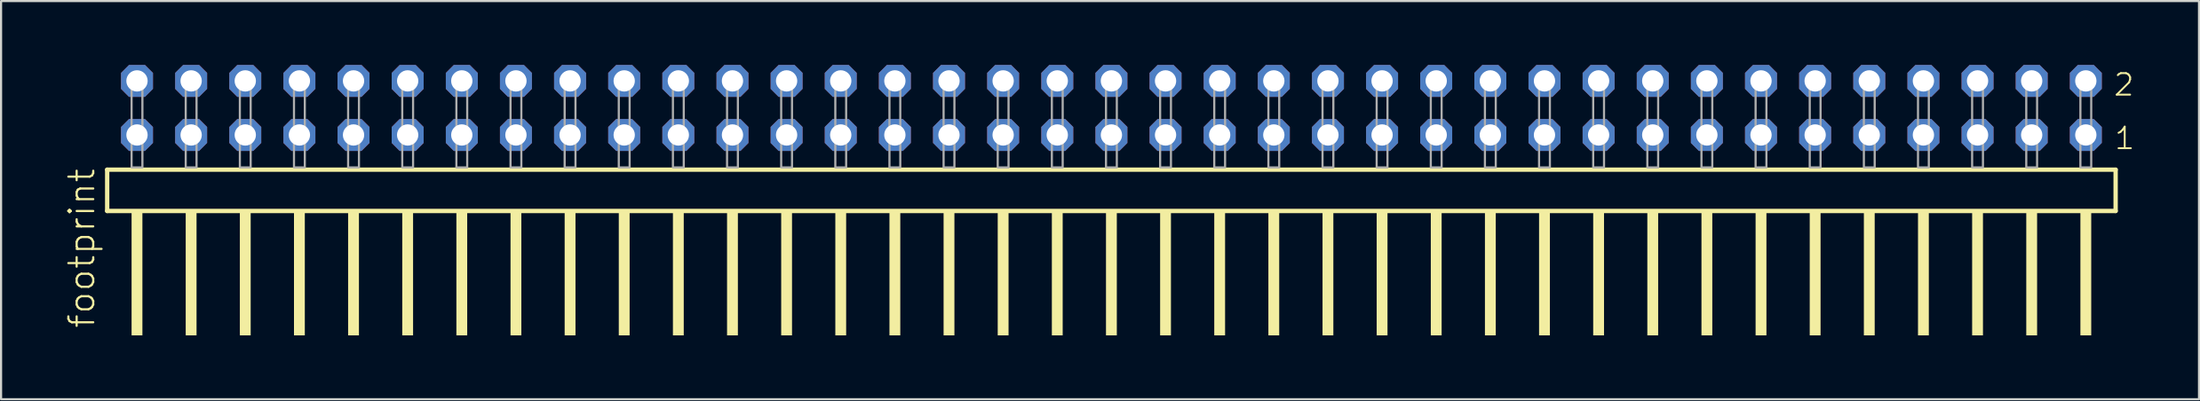
<source format=kicad_pcb>
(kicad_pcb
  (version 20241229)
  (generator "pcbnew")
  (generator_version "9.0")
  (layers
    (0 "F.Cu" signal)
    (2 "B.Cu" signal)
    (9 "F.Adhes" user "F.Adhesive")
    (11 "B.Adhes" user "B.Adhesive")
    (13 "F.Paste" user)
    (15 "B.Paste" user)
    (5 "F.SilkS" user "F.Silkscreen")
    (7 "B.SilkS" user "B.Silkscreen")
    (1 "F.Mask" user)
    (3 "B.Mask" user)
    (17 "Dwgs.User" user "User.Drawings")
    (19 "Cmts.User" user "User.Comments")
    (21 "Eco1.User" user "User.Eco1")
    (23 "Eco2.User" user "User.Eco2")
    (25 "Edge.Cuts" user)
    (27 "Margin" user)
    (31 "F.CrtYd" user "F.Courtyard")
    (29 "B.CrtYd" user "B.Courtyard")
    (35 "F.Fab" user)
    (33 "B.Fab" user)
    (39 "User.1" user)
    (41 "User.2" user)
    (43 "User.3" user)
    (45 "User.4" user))
  (footprint "footprint"
    (layer "F.Cu")
    (at 49.098 4.814)
    (property "Reference" "footprint" (at -47.625 7.62 90) (layer "F.SilkS") (effects (font (size 1.168 1.168) (thickness 0.102)) (justify left bottom)))
    (fp_line (start -47.119 0.106) (end -47.119 2.046) (stroke (width 0.203) (type solid)) (layer "F.SilkS"))
    (fp_line (start -47.119 2.046) (end 47.119 2.046) (stroke (width 0.203) (type solid)) (layer "F.SilkS"))
    (fp_line (start 47.119 0.106) (end -47.119 0.106) (stroke (width 0.203) (type solid)) (layer "F.SilkS"))
    (fp_line (start 47.119 2.046) (end 47.119 0.106) (stroke (width 0.203) (type solid)) (layer "F.SilkS"))
    (fp_poly (pts (xy -45.974 7.89) (xy -45.466 7.89) (xy -45.466 2.04) (xy -45.974 2.04)) (stroke (width 0) (type solid)) (fill yes) (layer "F.SilkS"))
    (fp_poly (pts (xy -43.434 7.89) (xy -42.926 7.89) (xy -42.926 2.04) (xy -43.434 2.04)) (stroke (width 0) (type solid)) (fill yes) (layer "F.SilkS"))
    (fp_poly (pts (xy -40.894 7.89) (xy -40.386 7.89) (xy -40.386 2.04) (xy -40.894 2.04)) (stroke (width 0) (type solid)) (fill yes) (layer "F.SilkS"))
    (fp_poly (pts (xy -38.354 7.89) (xy -37.846 7.89) (xy -37.846 2.04) (xy -38.354 2.04)) (stroke (width 0) (type solid)) (fill yes) (layer "F.SilkS"))
    (fp_poly (pts (xy -35.814 7.89) (xy -35.306 7.89) (xy -35.306 2.04) (xy -35.814 2.04)) (stroke (width 0) (type solid)) (fill yes) (layer "F.SilkS"))
    (fp_poly (pts (xy -33.274 7.89) (xy -32.766 7.89) (xy -32.766 2.04) (xy -33.274 2.04)) (stroke (width 0) (type solid)) (fill yes) (layer "F.SilkS"))
    (fp_poly (pts (xy -30.734 7.89) (xy -30.226 7.89) (xy -30.226 2.04) (xy -30.734 2.04)) (stroke (width 0) (type solid)) (fill yes) (layer "F.SilkS"))
    (fp_poly (pts (xy -28.194 7.89) (xy -27.686 7.89) (xy -27.686 2.04) (xy -28.194 2.04)) (stroke (width 0) (type solid)) (fill yes) (layer "F.SilkS"))
    (fp_poly (pts (xy -25.654 7.89) (xy -25.146 7.89) (xy -25.146 2.04) (xy -25.654 2.04)) (stroke (width 0) (type solid)) (fill yes) (layer "F.SilkS"))
    (fp_poly (pts (xy -23.114 7.89) (xy -22.606 7.89) (xy -22.606 2.04) (xy -23.114 2.04)) (stroke (width 0) (type solid)) (fill yes) (layer "F.SilkS"))
    (fp_poly (pts (xy -20.574 7.89) (xy -20.066 7.89) (xy -20.066 2.04) (xy -20.574 2.04)) (stroke (width 0) (type solid)) (fill yes) (layer "F.SilkS"))
    (fp_poly (pts (xy -18.034 7.89) (xy -17.526 7.89) (xy -17.526 2.04) (xy -18.034 2.04)) (stroke (width 0) (type solid)) (fill yes) (layer "F.SilkS"))
    (fp_poly (pts (xy -15.494 7.89) (xy -14.986 7.89) (xy -14.986 2.04) (xy -15.494 2.04)) (stroke (width 0) (type solid)) (fill yes) (layer "F.SilkS"))
    (fp_poly (pts (xy -12.954 7.89) (xy -12.446 7.89) (xy -12.446 2.04) (xy -12.954 2.04)) (stroke (width 0) (type solid)) (fill yes) (layer "F.SilkS"))
    (fp_poly (pts (xy -10.414 7.89) (xy -9.906 7.89) (xy -9.906 2.04) (xy -10.414 2.04)) (stroke (width 0) (type solid)) (fill yes) (layer "F.SilkS"))
    (fp_poly (pts (xy -7.874 7.89) (xy -7.366 7.89) (xy -7.366 2.04) (xy -7.874 2.04)) (stroke (width 0) (type solid)) (fill yes) (layer "F.SilkS"))
    (fp_poly (pts (xy -5.334 7.89) (xy -4.826 7.89) (xy -4.826 2.04) (xy -5.334 2.04)) (stroke (width 0) (type solid)) (fill yes) (layer "F.SilkS"))
    (fp_poly (pts (xy -2.794 7.89) (xy -2.286 7.89) (xy -2.286 2.04) (xy -2.794 2.04)) (stroke (width 0) (type solid)) (fill yes) (layer "F.SilkS"))
    (fp_poly (pts (xy -0.254 7.89) (xy 0.254 7.89) (xy 0.254 2.04) (xy -0.254 2.04)) (stroke (width 0) (type solid)) (fill yes) (layer "F.SilkS"))
    (fp_poly (pts (xy 2.286 7.89) (xy 2.794 7.89) (xy 2.794 2.04) (xy 2.286 2.04)) (stroke (width 0) (type solid)) (fill yes) (layer "F.SilkS"))
    (fp_poly (pts (xy 4.826 7.89) (xy 5.334 7.89) (xy 5.334 2.04) (xy 4.826 2.04)) (stroke (width 0) (type solid)) (fill yes) (layer "F.SilkS"))
    (fp_poly (pts (xy 7.366 7.89) (xy 7.874 7.89) (xy 7.874 2.04) (xy 7.366 2.04)) (stroke (width 0) (type solid)) (fill yes) (layer "F.SilkS"))
    (fp_poly (pts (xy 9.906 7.89) (xy 10.414 7.89) (xy 10.414 2.04) (xy 9.906 2.04)) (stroke (width 0) (type solid)) (fill yes) (layer "F.SilkS"))
    (fp_poly (pts (xy 12.446 7.89) (xy 12.954 7.89) (xy 12.954 2.04) (xy 12.446 2.04)) (stroke (width 0) (type solid)) (fill yes) (layer "F.SilkS"))
    (fp_poly (pts (xy 14.986 7.89) (xy 15.494 7.89) (xy 15.494 2.04) (xy 14.986 2.04)) (stroke (width 0) (type solid)) (fill yes) (layer "F.SilkS"))
    (fp_poly (pts (xy 17.526 7.89) (xy 18.034 7.89) (xy 18.034 2.04) (xy 17.526 2.04)) (stroke (width 0) (type solid)) (fill yes) (layer "F.SilkS"))
    (fp_poly (pts (xy 20.066 7.89) (xy 20.574 7.89) (xy 20.574 2.04) (xy 20.066 2.04)) (stroke (width 0) (type solid)) (fill yes) (layer "F.SilkS"))
    (fp_poly (pts (xy 22.606 7.89) (xy 23.114 7.89) (xy 23.114 2.04) (xy 22.606 2.04)) (stroke (width 0) (type solid)) (fill yes) (layer "F.SilkS"))
    (fp_poly (pts (xy 25.146 7.89) (xy 25.654 7.89) (xy 25.654 2.04) (xy 25.146 2.04)) (stroke (width 0) (type solid)) (fill yes) (layer "F.SilkS"))
    (fp_poly (pts (xy 27.686 7.89) (xy 28.194 7.89) (xy 28.194 2.04) (xy 27.686 2.04)) (stroke (width 0) (type solid)) (fill yes) (layer "F.SilkS"))
    (fp_poly (pts (xy 30.226 7.89) (xy 30.734 7.89) (xy 30.734 2.04) (xy 30.226 2.04)) (stroke (width 0) (type solid)) (fill yes) (layer "F.SilkS"))
    (fp_poly (pts (xy 32.766 7.89) (xy 33.274 7.89) (xy 33.274 2.04) (xy 32.766 2.04)) (stroke (width 0) (type solid)) (fill yes) (layer "F.SilkS"))
    (fp_poly (pts (xy 35.306 7.89) (xy 35.814 7.89) (xy 35.814 2.04) (xy 35.306 2.04)) (stroke (width 0) (type solid)) (fill yes) (layer "F.SilkS"))
    (fp_poly (pts (xy 37.846 7.89) (xy 38.354 7.89) (xy 38.354 2.04) (xy 37.846 2.04)) (stroke (width 0) (type solid)) (fill yes) (layer "F.SilkS"))
    (fp_poly (pts (xy 40.386 7.89) (xy 40.894 7.89) (xy 40.894 2.04) (xy 40.386 2.04)) (stroke (width 0) (type solid)) (fill yes) (layer "F.SilkS"))
    (fp_poly (pts (xy 42.926 7.89) (xy 43.434 7.89) (xy 43.434 2.04) (xy 42.926 2.04)) (stroke (width 0) (type solid)) (fill yes) (layer "F.SilkS"))
    (fp_poly (pts (xy 45.466 7.89) (xy 45.974 7.89) (xy 45.974 2.04) (xy 45.466 2.04)) (stroke (width 0) (type solid)) (fill yes) (layer "F.SilkS"))
    (fp_poly (pts (xy -45.974 0) (xy -45.466 0) (xy -45.466 -4.318) (xy -45.974 -4.318)) (stroke (width 0.1) (type solid)) (fill no) (layer "F.Fab"))
    (fp_poly (pts (xy -43.434 0) (xy -42.926 0) (xy -42.926 -4.318) (xy -43.434 -4.318)) (stroke (width 0.1) (type solid)) (fill no) (layer "F.Fab"))
    (fp_poly (pts (xy -40.894 0) (xy -40.386 0) (xy -40.386 -4.318) (xy -40.894 -4.318)) (stroke (width 0.1) (type solid)) (fill no) (layer "F.Fab"))
    (fp_poly (pts (xy -38.354 0) (xy -37.846 0) (xy -37.846 -4.318) (xy -38.354 -4.318)) (stroke (width 0.1) (type solid)) (fill no) (layer "F.Fab"))
    (fp_poly (pts (xy -35.814 0) (xy -35.306 0) (xy -35.306 -4.318) (xy -35.814 -4.318)) (stroke (width 0.1) (type solid)) (fill no) (layer "F.Fab"))
    (fp_poly (pts (xy -33.274 0) (xy -32.766 0) (xy -32.766 -4.318) (xy -33.274 -4.318)) (stroke (width 0.1) (type solid)) (fill no) (layer "F.Fab"))
    (fp_poly (pts (xy -30.734 0) (xy -30.226 0) (xy -30.226 -4.318) (xy -30.734 -4.318)) (stroke (width 0.1) (type solid)) (fill no) (layer "F.Fab"))
    (fp_poly (pts (xy -28.194 0) (xy -27.686 0) (xy -27.686 -4.318) (xy -28.194 -4.318)) (stroke (width 0.1) (type solid)) (fill no) (layer "F.Fab"))
    (fp_poly (pts (xy -25.654 0) (xy -25.146 0) (xy -25.146 -4.318) (xy -25.654 -4.318)) (stroke (width 0.1) (type solid)) (fill no) (layer "F.Fab"))
    (fp_poly (pts (xy -23.114 0) (xy -22.606 0) (xy -22.606 -4.318) (xy -23.114 -4.318)) (stroke (width 0.1) (type solid)) (fill no) (layer "F.Fab"))
    (fp_poly (pts (xy -20.574 0) (xy -20.066 0) (xy -20.066 -4.318) (xy -20.574 -4.318)) (stroke (width 0.1) (type solid)) (fill no) (layer "F.Fab"))
    (fp_poly (pts (xy -18.034 0) (xy -17.526 0) (xy -17.526 -4.318) (xy -18.034 -4.318)) (stroke (width 0.1) (type solid)) (fill no) (layer "F.Fab"))
    (fp_poly (pts (xy -15.494 0) (xy -14.986 0) (xy -14.986 -4.318) (xy -15.494 -4.318)) (stroke (width 0.1) (type solid)) (fill no) (layer "F.Fab"))
    (fp_poly (pts (xy -12.954 0) (xy -12.446 0) (xy -12.446 -4.318) (xy -12.954 -4.318)) (stroke (width 0.1) (type solid)) (fill no) (layer "F.Fab"))
    (fp_poly (pts (xy -10.414 0) (xy -9.906 0) (xy -9.906 -4.318) (xy -10.414 -4.318)) (stroke (width 0.1) (type solid)) (fill no) (layer "F.Fab"))
    (fp_poly (pts (xy -7.874 0) (xy -7.366 0) (xy -7.366 -4.318) (xy -7.874 -4.318)) (stroke (width 0.1) (type solid)) (fill no) (layer "F.Fab"))
    (fp_poly (pts (xy -5.334 0) (xy -4.826 0) (xy -4.826 -4.318) (xy -5.334 -4.318)) (stroke (width 0.1) (type solid)) (fill no) (layer "F.Fab"))
    (fp_poly (pts (xy -2.794 0) (xy -2.286 0) (xy -2.286 -4.318) (xy -2.794 -4.318)) (stroke (width 0.1) (type solid)) (fill no) (layer "F.Fab"))
    (fp_poly (pts (xy -0.254 0) (xy 0.254 0) (xy 0.254 -4.318) (xy -0.254 -4.318)) (stroke (width 0.1) (type solid)) (fill no) (layer "F.Fab"))
    (fp_poly (pts (xy 2.286 0) (xy 2.794 0) (xy 2.794 -4.318) (xy 2.286 -4.318)) (stroke (width 0.1) (type solid)) (fill no) (layer "F.Fab"))
    (fp_poly (pts (xy 4.826 0) (xy 5.334 0) (xy 5.334 -4.318) (xy 4.826 -4.318)) (stroke (width 0.1) (type solid)) (fill no) (layer "F.Fab"))
    (fp_poly (pts (xy 7.366 0) (xy 7.874 0) (xy 7.874 -4.318) (xy 7.366 -4.318)) (stroke (width 0.1) (type solid)) (fill no) (layer "F.Fab"))
    (fp_poly (pts (xy 9.906 0) (xy 10.414 0) (xy 10.414 -4.318) (xy 9.906 -4.318)) (stroke (width 0.1) (type solid)) (fill no) (layer "F.Fab"))
    (fp_poly (pts (xy 12.446 0) (xy 12.954 0) (xy 12.954 -4.318) (xy 12.446 -4.318)) (stroke (width 0.1) (type solid)) (fill no) (layer "F.Fab"))
    (fp_poly (pts (xy 14.986 0) (xy 15.494 0) (xy 15.494 -4.318) (xy 14.986 -4.318)) (stroke (width 0.1) (type solid)) (fill no) (layer "F.Fab"))
    (fp_poly (pts (xy 17.526 0) (xy 18.034 0) (xy 18.034 -4.318) (xy 17.526 -4.318)) (stroke (width 0.1) (type solid)) (fill no) (layer "F.Fab"))
    (fp_poly (pts (xy 20.066 0) (xy 20.574 0) (xy 20.574 -4.318) (xy 20.066 -4.318)) (stroke (width 0.1) (type solid)) (fill no) (layer "F.Fab"))
    (fp_poly (pts (xy 22.606 0) (xy 23.114 0) (xy 23.114 -4.318) (xy 22.606 -4.318)) (stroke (width 0.1) (type solid)) (fill no) (layer "F.Fab"))
    (fp_poly (pts (xy 25.146 0) (xy 25.654 0) (xy 25.654 -4.318) (xy 25.146 -4.318)) (stroke (width 0.1) (type solid)) (fill no) (layer "F.Fab"))
    (fp_poly (pts (xy 27.686 0) (xy 28.194 0) (xy 28.194 -4.318) (xy 27.686 -4.318)) (stroke (width 0.1) (type solid)) (fill no) (layer "F.Fab"))
    (fp_poly (pts (xy 30.226 0) (xy 30.734 0) (xy 30.734 -4.318) (xy 30.226 -4.318)) (stroke (width 0.1) (type solid)) (fill no) (layer "F.Fab"))
    (fp_poly (pts (xy 32.766 0) (xy 33.274 0) (xy 33.274 -4.318) (xy 32.766 -4.318)) (stroke (width 0.1) (type solid)) (fill no) (layer "F.Fab"))
    (fp_poly (pts (xy 35.306 0) (xy 35.814 0) (xy 35.814 -4.318) (xy 35.306 -4.318)) (stroke (width 0.1) (type solid)) (fill no) (layer "F.Fab"))
    (fp_poly (pts (xy 37.846 0) (xy 38.354 0) (xy 38.354 -4.318) (xy 37.846 -4.318)) (stroke (width 0.1) (type solid)) (fill no) (layer "F.Fab"))
    (fp_poly (pts (xy 40.386 0) (xy 40.894 0) (xy 40.894 -4.318) (xy 40.386 -4.318)) (stroke (width 0.1) (type solid)) (fill no) (layer "F.Fab"))
    (fp_poly (pts (xy 42.926 0) (xy 43.434 0) (xy 43.434 -4.318) (xy 42.926 -4.318)) (stroke (width 0.1) (type solid)) (fill no) (layer "F.Fab"))
    (fp_poly (pts (xy 45.466 0) (xy 45.974 0) (xy 45.974 -4.318) (xy 45.466 -4.318)) (stroke (width 0.1) (type solid)) (fill no) (layer "F.Fab"))
    (fp_text user "1" (at 47.005 -0.775 0) (layer "F.SilkS") (effects (font (size 1.012 1.012) (thickness 0.088)) (justify left bottom)))
    (fp_text user "2" (at 46.97 -3.29 0) (layer "F.SilkS") (effects (font (size 1.012 1.012) (thickness 0.088)) (justify left bottom)))
    (pad "1" thru_hole roundrect (at 45.72 -1.524 180) (size 1.5 1.5) (drill 1) (layers "*.Cu" "*.Mask") (roundrect_rratio 0.25) (chamfer_ratio 0.25) (chamfer top_left top_right bottom_left bottom_right))
    (pad "2" thru_hole roundrect (at 45.72 -4.064 180) (size 1.5 1.5) (drill 1) (layers "*.Cu" "*.Mask") (roundrect_rratio 0.25) (chamfer_ratio 0.25) (chamfer top_left top_right bottom_left bottom_right))
    (pad "3" thru_hole roundrect (at 43.18 -1.524 180) (size 1.5 1.5) (drill 1) (layers "*.Cu" "*.Mask") (roundrect_rratio 0.25) (chamfer_ratio 0.25) (chamfer top_left top_right bottom_left bottom_right))
    (pad "4" thru_hole roundrect (at 43.18 -4.064 180) (size 1.5 1.5) (drill 1) (layers "*.Cu" "*.Mask") (roundrect_rratio 0.25) (chamfer_ratio 0.25) (chamfer top_left top_right bottom_left bottom_right))
    (pad "5" thru_hole roundrect (at 40.64 -1.524 180) (size 1.5 1.5) (drill 1) (layers "*.Cu" "*.Mask") (roundrect_rratio 0.25) (chamfer_ratio 0.25) (chamfer top_left top_right bottom_left bottom_right))
    (pad "6" thru_hole roundrect (at 40.64 -4.064 180) (size 1.5 1.5) (drill 1) (layers "*.Cu" "*.Mask") (roundrect_rratio 0.25) (chamfer_ratio 0.25) (chamfer top_left top_right bottom_left bottom_right))
    (pad "7" thru_hole roundrect (at 38.1 -1.524 180) (size 1.5 1.5) (drill 1) (layers "*.Cu" "*.Mask") (roundrect_rratio 0.25) (chamfer_ratio 0.25) (chamfer top_left top_right bottom_left bottom_right))
    (pad "8" thru_hole roundrect (at 38.1 -4.064 180) (size 1.5 1.5) (drill 1) (layers "*.Cu" "*.Mask") (roundrect_rratio 0.25) (chamfer_ratio 0.25) (chamfer top_left top_right bottom_left bottom_right))
    (pad "9" thru_hole roundrect (at 35.56 -1.524 180) (size 1.5 1.5) (drill 1) (layers "*.Cu" "*.Mask") (roundrect_rratio 0.25) (chamfer_ratio 0.25) (chamfer top_left top_right bottom_left bottom_right))
    (pad "10" thru_hole roundrect (at 35.56 -4.064 180) (size 1.5 1.5) (drill 1) (layers "*.Cu" "*.Mask") (roundrect_rratio 0.25) (chamfer_ratio 0.25) (chamfer top_left top_right bottom_left bottom_right))
    (pad "11" thru_hole roundrect (at 33.02 -1.524 180) (size 1.5 1.5) (drill 1) (layers "*.Cu" "*.Mask") (roundrect_rratio 0.25) (chamfer_ratio 0.25) (chamfer top_left top_right bottom_left bottom_right))
    (pad "12" thru_hole roundrect (at 33.02 -4.064 180) (size 1.5 1.5) (drill 1) (layers "*.Cu" "*.Mask") (roundrect_rratio 0.25) (chamfer_ratio 0.25) (chamfer top_left top_right bottom_left bottom_right))
    (pad "13" thru_hole roundrect (at 30.48 -1.524 180) (size 1.5 1.5) (drill 1) (layers "*.Cu" "*.Mask") (roundrect_rratio 0.25) (chamfer_ratio 0.25) (chamfer top_left top_right bottom_left bottom_right))
    (pad "14" thru_hole roundrect (at 30.48 -4.064 180) (size 1.5 1.5) (drill 1) (layers "*.Cu" "*.Mask") (roundrect_rratio 0.25) (chamfer_ratio 0.25) (chamfer top_left top_right bottom_left bottom_right))
    (pad "15" thru_hole roundrect (at 27.94 -1.524 180) (size 1.5 1.5) (drill 1) (layers "*.Cu" "*.Mask") (roundrect_rratio 0.25) (chamfer_ratio 0.25) (chamfer top_left top_right bottom_left bottom_right))
    (pad "16" thru_hole roundrect (at 27.94 -4.064 180) (size 1.5 1.5) (drill 1) (layers "*.Cu" "*.Mask") (roundrect_rratio 0.25) (chamfer_ratio 0.25) (chamfer top_left top_right bottom_left bottom_right))
    (pad "17" thru_hole roundrect (at 25.4 -1.524 180) (size 1.5 1.5) (drill 1) (layers "*.Cu" "*.Mask") (roundrect_rratio 0.25) (chamfer_ratio 0.25) (chamfer top_left top_right bottom_left bottom_right))
    (pad "18" thru_hole roundrect (at 25.4 -4.064 180) (size 1.5 1.5) (drill 1) (layers "*.Cu" "*.Mask") (roundrect_rratio 0.25) (chamfer_ratio 0.25) (chamfer top_left top_right bottom_left bottom_right))
    (pad "19" thru_hole roundrect (at 22.86 -1.524 180) (size 1.5 1.5) (drill 1) (layers "*.Cu" "*.Mask") (roundrect_rratio 0.25) (chamfer_ratio 0.25) (chamfer top_left top_right bottom_left bottom_right))
    (pad "20" thru_hole roundrect (at 22.86 -4.064 180) (size 1.5 1.5) (drill 1) (layers "*.Cu" "*.Mask") (roundrect_rratio 0.25) (chamfer_ratio 0.25) (chamfer top_left top_right bottom_left bottom_right))
    (pad "21" thru_hole roundrect (at 20.32 -1.524 180) (size 1.5 1.5) (drill 1) (layers "*.Cu" "*.Mask") (roundrect_rratio 0.25) (chamfer_ratio 0.25) (chamfer top_left top_right bottom_left bottom_right))
    (pad "22" thru_hole roundrect (at 20.32 -4.064 180) (size 1.5 1.5) (drill 1) (layers "*.Cu" "*.Mask") (roundrect_rratio 0.25) (chamfer_ratio 0.25) (chamfer top_left top_right bottom_left bottom_right))
    (pad "23" thru_hole roundrect (at 17.78 -1.524 180) (size 1.5 1.5) (drill 1) (layers "*.Cu" "*.Mask") (roundrect_rratio 0.25) (chamfer_ratio 0.25) (chamfer top_left top_right bottom_left bottom_right))
    (pad "24" thru_hole roundrect (at 17.78 -4.064 180) (size 1.5 1.5) (drill 1) (layers "*.Cu" "*.Mask") (roundrect_rratio 0.25) (chamfer_ratio 0.25) (chamfer top_left top_right bottom_left bottom_right))
    (pad "25" thru_hole roundrect (at 15.24 -1.524 180) (size 1.5 1.5) (drill 1) (layers "*.Cu" "*.Mask") (roundrect_rratio 0.25) (chamfer_ratio 0.25) (chamfer top_left top_right bottom_left bottom_right))
    (pad "26" thru_hole roundrect (at 15.24 -4.064 180) (size 1.5 1.5) (drill 1) (layers "*.Cu" "*.Mask") (roundrect_rratio 0.25) (chamfer_ratio 0.25) (chamfer top_left top_right bottom_left bottom_right))
    (pad "27" thru_hole roundrect (at 12.7 -1.524 180) (size 1.5 1.5) (drill 1) (layers "*.Cu" "*.Mask") (roundrect_rratio 0.25) (chamfer_ratio 0.25) (chamfer top_left top_right bottom_left bottom_right))
    (pad "28" thru_hole roundrect (at 12.7 -4.064 180) (size 1.5 1.5) (drill 1) (layers "*.Cu" "*.Mask") (roundrect_rratio 0.25) (chamfer_ratio 0.25) (chamfer top_left top_right bottom_left bottom_right))
    (pad "29" thru_hole roundrect (at 10.16 -1.524 180) (size 1.5 1.5) (drill 1) (layers "*.Cu" "*.Mask") (roundrect_rratio 0.25) (chamfer_ratio 0.25) (chamfer top_left top_right bottom_left bottom_right))
    (pad "30" thru_hole roundrect (at 10.16 -4.064 180) (size 1.5 1.5) (drill 1) (layers "*.Cu" "*.Mask") (roundrect_rratio 0.25) (chamfer_ratio 0.25) (chamfer top_left top_right bottom_left bottom_right))
    (pad "31" thru_hole roundrect (at 7.62 -1.524 180) (size 1.5 1.5) (drill 1) (layers "*.Cu" "*.Mask") (roundrect_rratio 0.25) (chamfer_ratio 0.25) (chamfer top_left top_right bottom_left bottom_right))
    (pad "32" thru_hole roundrect (at 7.62 -4.064 180) (size 1.5 1.5) (drill 1) (layers "*.Cu" "*.Mask") (roundrect_rratio 0.25) (chamfer_ratio 0.25) (chamfer top_left top_right bottom_left bottom_right))
    (pad "33" thru_hole roundrect (at 5.08 -1.524 180) (size 1.5 1.5) (drill 1) (layers "*.Cu" "*.Mask") (roundrect_rratio 0.25) (chamfer_ratio 0.25) (chamfer top_left top_right bottom_left bottom_right))
    (pad "34" thru_hole roundrect (at 5.08 -4.064 180) (size 1.5 1.5) (drill 1) (layers "*.Cu" "*.Mask") (roundrect_rratio 0.25) (chamfer_ratio 0.25) (chamfer top_left top_right bottom_left bottom_right))
    (pad "35" thru_hole roundrect (at 2.54 -1.524 180) (size 1.5 1.5) (drill 1) (layers "*.Cu" "*.Mask") (roundrect_rratio 0.25) (chamfer_ratio 0.25) (chamfer top_left top_right bottom_left bottom_right))
    (pad "36" thru_hole roundrect (at 2.54 -4.064 180) (size 1.5 1.5) (drill 1) (layers "*.Cu" "*.Mask") (roundrect_rratio 0.25) (chamfer_ratio 0.25) (chamfer top_left top_right bottom_left bottom_right))
    (pad "37" thru_hole roundrect (at 0 -1.524 180) (size 1.5 1.5) (drill 1) (layers "*.Cu" "*.Mask") (roundrect_rratio 0.25) (chamfer_ratio 0.25) (chamfer top_left top_right bottom_left bottom_right))
    (pad "38" thru_hole roundrect (at 0 -4.064 180) (size 1.5 1.5) (drill 1) (layers "*.Cu" "*.Mask") (roundrect_rratio 0.25) (chamfer_ratio 0.25) (chamfer top_left top_right bottom_left bottom_right))
    (pad "39" thru_hole roundrect (at -2.54 -1.524 180) (size 1.5 1.5) (drill 1) (layers "*.Cu" "*.Mask") (roundrect_rratio 0.25) (chamfer_ratio 0.25) (chamfer top_left top_right bottom_left bottom_right))
    (pad "40" thru_hole roundrect (at -2.54 -4.064 180) (size 1.5 1.5) (drill 1) (layers "*.Cu" "*.Mask") (roundrect_rratio 0.25) (chamfer_ratio 0.25) (chamfer top_left top_right bottom_left bottom_right))
    (pad "41" thru_hole roundrect (at -5.08 -1.524 180) (size 1.5 1.5) (drill 1) (layers "*.Cu" "*.Mask") (roundrect_rratio 0.25) (chamfer_ratio 0.25) (chamfer top_left top_right bottom_left bottom_right))
    (pad "42" thru_hole roundrect (at -5.08 -4.064 180) (size 1.5 1.5) (drill 1) (layers "*.Cu" "*.Mask") (roundrect_rratio 0.25) (chamfer_ratio 0.25) (chamfer top_left top_right bottom_left bottom_right))
    (pad "43" thru_hole roundrect (at -7.62 -1.524 180) (size 1.5 1.5) (drill 1) (layers "*.Cu" "*.Mask") (roundrect_rratio 0.25) (chamfer_ratio 0.25) (chamfer top_left top_right bottom_left bottom_right))
    (pad "44" thru_hole roundrect (at -7.62 -4.064 180) (size 1.5 1.5) (drill 1) (layers "*.Cu" "*.Mask") (roundrect_rratio 0.25) (chamfer_ratio 0.25) (chamfer top_left top_right bottom_left bottom_right))
    (pad "45" thru_hole roundrect (at -10.16 -1.524 180) (size 1.5 1.5) (drill 1) (layers "*.Cu" "*.Mask") (roundrect_rratio 0.25) (chamfer_ratio 0.25) (chamfer top_left top_right bottom_left bottom_right))
    (pad "46" thru_hole roundrect (at -10.16 -4.064 180) (size 1.5 1.5) (drill 1) (layers "*.Cu" "*.Mask") (roundrect_rratio 0.25) (chamfer_ratio 0.25) (chamfer top_left top_right bottom_left bottom_right))
    (pad "47" thru_hole roundrect (at -12.7 -1.524 180) (size 1.5 1.5) (drill 1) (layers "*.Cu" "*.Mask") (roundrect_rratio 0.25) (chamfer_ratio 0.25) (chamfer top_left top_right bottom_left bottom_right))
    (pad "48" thru_hole roundrect (at -12.7 -4.064 180) (size 1.5 1.5) (drill 1) (layers "*.Cu" "*.Mask") (roundrect_rratio 0.25) (chamfer_ratio 0.25) (chamfer top_left top_right bottom_left bottom_right))
    (pad "49" thru_hole roundrect (at -15.24 -1.524 180) (size 1.5 1.5) (drill 1) (layers "*.Cu" "*.Mask") (roundrect_rratio 0.25) (chamfer_ratio 0.25) (chamfer top_left top_right bottom_left bottom_right))
    (pad "50" thru_hole roundrect (at -15.24 -4.064 180) (size 1.5 1.5) (drill 1) (layers "*.Cu" "*.Mask") (roundrect_rratio 0.25) (chamfer_ratio 0.25) (chamfer top_left top_right bottom_left bottom_right))
    (pad "51" thru_hole roundrect (at -17.78 -1.524 180) (size 1.5 1.5) (drill 1) (layers "*.Cu" "*.Mask") (roundrect_rratio 0.25) (chamfer_ratio 0.25) (chamfer top_left top_right bottom_left bottom_right))
    (pad "52" thru_hole roundrect (at -17.78 -4.064 180) (size 1.5 1.5) (drill 1) (layers "*.Cu" "*.Mask") (roundrect_rratio 0.25) (chamfer_ratio 0.25) (chamfer top_left top_right bottom_left bottom_right))
    (pad "53" thru_hole roundrect (at -20.32 -1.524 180) (size 1.5 1.5) (drill 1) (layers "*.Cu" "*.Mask") (roundrect_rratio 0.25) (chamfer_ratio 0.25) (chamfer top_left top_right bottom_left bottom_right))
    (pad "54" thru_hole roundrect (at -20.32 -4.064 180) (size 1.5 1.5) (drill 1) (layers "*.Cu" "*.Mask") (roundrect_rratio 0.25) (chamfer_ratio 0.25) (chamfer top_left top_right bottom_left bottom_right))
    (pad "55" thru_hole roundrect (at -22.86 -1.524 180) (size 1.5 1.5) (drill 1) (layers "*.Cu" "*.Mask") (roundrect_rratio 0.25) (chamfer_ratio 0.25) (chamfer top_left top_right bottom_left bottom_right))
    (pad "56" thru_hole roundrect (at -22.86 -4.064 180) (size 1.5 1.5) (drill 1) (layers "*.Cu" "*.Mask") (roundrect_rratio 0.25) (chamfer_ratio 0.25) (chamfer top_left top_right bottom_left bottom_right))
    (pad "57" thru_hole roundrect (at -25.4 -1.524 180) (size 1.5 1.5) (drill 1) (layers "*.Cu" "*.Mask") (roundrect_rratio 0.25) (chamfer_ratio 0.25) (chamfer top_left top_right bottom_left bottom_right))
    (pad "58" thru_hole roundrect (at -25.4 -4.064 180) (size 1.5 1.5) (drill 1) (layers "*.Cu" "*.Mask") (roundrect_rratio 0.25) (chamfer_ratio 0.25) (chamfer top_left top_right bottom_left bottom_right))
    (pad "59" thru_hole roundrect (at -27.94 -1.524 180) (size 1.5 1.5) (drill 1) (layers "*.Cu" "*.Mask") (roundrect_rratio 0.25) (chamfer_ratio 0.25) (chamfer top_left top_right bottom_left bottom_right))
    (pad "60" thru_hole roundrect (at -27.94 -4.064 180) (size 1.5 1.5) (drill 1) (layers "*.Cu" "*.Mask") (roundrect_rratio 0.25) (chamfer_ratio 0.25) (chamfer top_left top_right bottom_left bottom_right))
    (pad "61" thru_hole roundrect (at -30.48 -1.524 180) (size 1.5 1.5) (drill 1) (layers "*.Cu" "*.Mask") (roundrect_rratio 0.25) (chamfer_ratio 0.25) (chamfer top_left top_right bottom_left bottom_right))
    (pad "62" thru_hole roundrect (at -30.48 -4.064 180) (size 1.5 1.5) (drill 1) (layers "*.Cu" "*.Mask") (roundrect_rratio 0.25) (chamfer_ratio 0.25) (chamfer top_left top_right bottom_left bottom_right))
    (pad "63" thru_hole roundrect (at -33.02 -1.524 180) (size 1.5 1.5) (drill 1) (layers "*.Cu" "*.Mask") (roundrect_rratio 0.25) (chamfer_ratio 0.25) (chamfer top_left top_right bottom_left bottom_right))
    (pad "64" thru_hole roundrect (at -33.02 -4.064 180) (size 1.5 1.5) (drill 1) (layers "*.Cu" "*.Mask") (roundrect_rratio 0.25) (chamfer_ratio 0.25) (chamfer top_left top_right bottom_left bottom_right))
    (pad "65" thru_hole roundrect (at -35.56 -1.524 180) (size 1.5 1.5) (drill 1) (layers "*.Cu" "*.Mask") (roundrect_rratio 0.25) (chamfer_ratio 0.25) (chamfer top_left top_right bottom_left bottom_right))
    (pad "66" thru_hole roundrect (at -35.56 -4.064 180) (size 1.5 1.5) (drill 1) (layers "*.Cu" "*.Mask") (roundrect_rratio 0.25) (chamfer_ratio 0.25) (chamfer top_left top_right bottom_left bottom_right))
    (pad "67" thru_hole roundrect (at -38.1 -1.524 180) (size 1.5 1.5) (drill 1) (layers "*.Cu" "*.Mask") (roundrect_rratio 0.25) (chamfer_ratio 0.25) (chamfer top_left top_right bottom_left bottom_right))
    (pad "68" thru_hole roundrect (at -38.1 -4.064 180) (size 1.5 1.5) (drill 1) (layers "*.Cu" "*.Mask") (roundrect_rratio 0.25) (chamfer_ratio 0.25) (chamfer top_left top_right bottom_left bottom_right))
    (pad "69" thru_hole roundrect (at -40.64 -1.524 180) (size 1.5 1.5) (drill 1) (layers "*.Cu" "*.Mask") (roundrect_rratio 0.25) (chamfer_ratio 0.25) (chamfer top_left top_right bottom_left bottom_right))
    (pad "70" thru_hole roundrect (at -40.64 -4.064 180) (size 1.5 1.5) (drill 1) (layers "*.Cu" "*.Mask") (roundrect_rratio 0.25) (chamfer_ratio 0.25) (chamfer top_left top_right bottom_left bottom_right))
    (pad "71" thru_hole roundrect (at -43.18 -1.524 180) (size 1.5 1.5) (drill 1) (layers "*.Cu" "*.Mask") (roundrect_rratio 0.25) (chamfer_ratio 0.25) (chamfer top_left top_right bottom_left bottom_right))
    (pad "72" thru_hole roundrect (at -43.18 -4.064 180) (size 1.5 1.5) (drill 1) (layers "*.Cu" "*.Mask") (roundrect_rratio 0.25) (chamfer_ratio 0.25) (chamfer top_left top_right bottom_left bottom_right))
    (pad "73" thru_hole roundrect (at -45.72 -1.524 180) (size 1.5 1.5) (drill 1) (layers "*.Cu" "*.Mask") (roundrect_rratio 0.25) (chamfer_ratio 0.25) (chamfer top_left top_right bottom_left bottom_right))
    (pad "74" thru_hole roundrect (at -45.72 -4.064 180) (size 1.5 1.5) (drill 1) (layers "*.Cu" "*.Mask") (roundrect_rratio 0.25) (chamfer_ratio 0.25) (chamfer top_left top_right bottom_left bottom_right)))
  (gr_rect
    (start -3 -3)
    (end 100.129 15.704)
    (stroke (width 0.1) (type default))
    (fill no)
    (layer "Edge.Cuts")))
</source>
